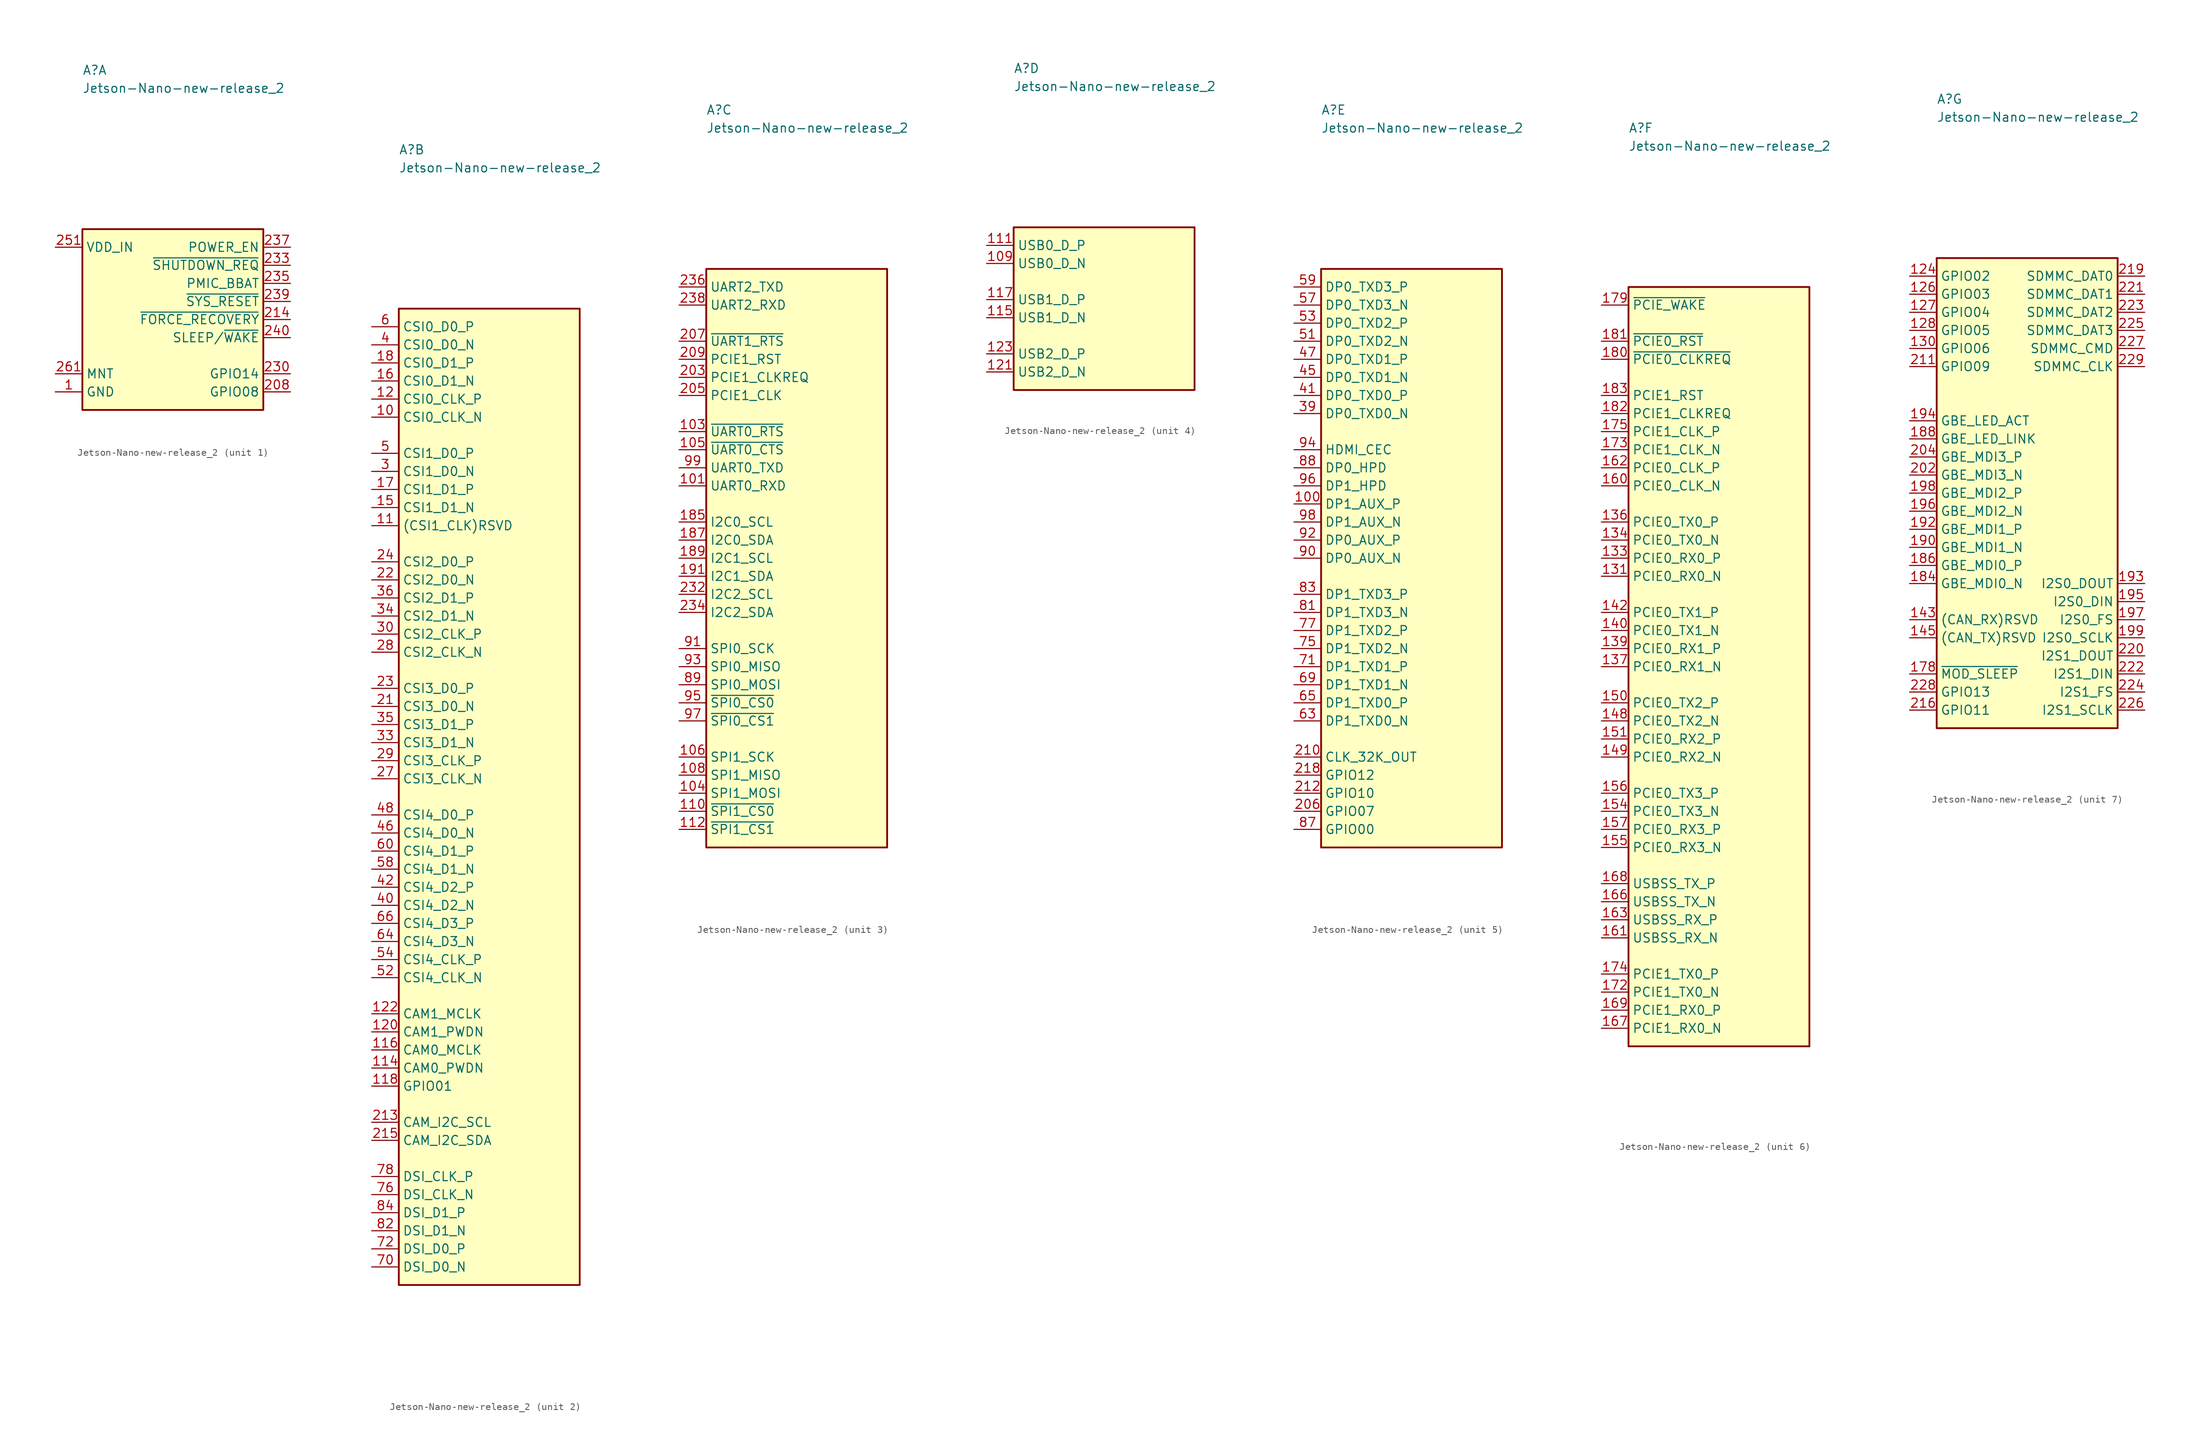
<source format=kicad_sym>
(kicad_symbol_lib
  (version 20231120)
  (generator "kicad_symbol_editor")
  (generator_version "8.0")
  (symbol "Jetson-Nano-new-release_2"
    (property "Reference" "A"
      (at 3.81 24.13 0)
      (effects (font (size 1.27 1.27) (thickness 0.15)) (justify left bottom)))
    (property "Value" "Jetson-Nano-new-release_2"
      (at 3.81 21.59 0)
      (effects (font (size 1.27 1.27) (thickness 0.15)) (justify left bottom)))
    (property "ki_locked" ""
      (at 0 0 0)
      (effects (font (size 1.27 1.27))))
    (symbol "Jetson-Nano-new-release_2_1_1"
      (rectangle (start 3.81 2.54) (end 29.21 -22.86) (stroke (width 0.254) (type default)) (fill (type background)))
      (pin passive line (at 0 -20.32 0) (length 3.81) (name "GND" (effects (font (size 1.27 1.27)))) (number "1" (effects (font (size 1.27 1.27)))))
      (pin passive line (at 0 -20.32 0) (length 3.81) hide (name "GND" (effects (font (size 1.27 1.27)))) (number "102" (effects (font (size 1.27 1.27)))))
      (pin passive line (at 0 -20.32 0) (length 3.81) hide (name "GND" (effects (font (size 1.27 1.27)))) (number "107" (effects (font (size 1.27 1.27)))))
      (pin passive line (at 0 -20.32 0) (length 3.81) hide (name "GND" (effects (font (size 1.27 1.27)))) (number "113" (effects (font (size 1.27 1.27)))))
      (pin passive line (at 0 -20.32 0) (length 3.81) hide (name "GND" (effects (font (size 1.27 1.27)))) (number "119" (effects (font (size 1.27 1.27)))))
      (pin passive line (at 0 -20.32 0) (length 3.81) hide (name "GND" (effects (font (size 1.27 1.27)))) (number "125" (effects (font (size 1.27 1.27)))))
      (pin passive line (at 0 -20.32 0) (length 3.81) hide (name "GND" (effects (font (size 1.27 1.27)))) (number "129" (effects (font (size 1.27 1.27)))))
      (pin passive line (at 0 -20.32 0) (length 3.81) hide (name "GND" (effects (font (size 1.27 1.27)))) (number "13" (effects (font (size 1.27 1.27)))))
      (pin passive line (at 0 -20.32 0) (length 3.81) hide (name "GND" (effects (font (size 1.27 1.27)))) (number "132" (effects (font (size 1.27 1.27)))))
      (pin passive line (at 0 -20.32 0) (length 3.81) hide (name "GND" (effects (font (size 1.27 1.27)))) (number "135" (effects (font (size 1.27 1.27)))))
      (pin passive line (at 0 -20.32 0) (length 3.81) hide (name "GND" (effects (font (size 1.27 1.27)))) (number "138" (effects (font (size 1.27 1.27)))))
      (pin passive line (at 0 -20.32 0) (length 3.81) hide (name "GND" (effects (font (size 1.27 1.27)))) (number "14" (effects (font (size 1.27 1.27)))))
      (pin passive line (at 0 -20.32 0) (length 3.81) hide (name "GND" (effects (font (size 1.27 1.27)))) (number "141" (effects (font (size 1.27 1.27)))))
      (pin passive line (at 0 -20.32 0) (length 3.81) hide (name "GND" (effects (font (size 1.27 1.27)))) (number "144" (effects (font (size 1.27 1.27)))))
      (pin passive line (at 0 -20.32 0) (length 3.81) hide (name "GND" (effects (font (size 1.27 1.27)))) (number "146" (effects (font (size 1.27 1.27)))))
      (pin passive line (at 0 -20.32 0) (length 3.81) hide (name "GND" (effects (font (size 1.27 1.27)))) (number "147" (effects (font (size 1.27 1.27)))))
      (pin passive line (at 0 -20.32 0) (length 3.81) hide (name "GND" (effects (font (size 1.27 1.27)))) (number "152" (effects (font (size 1.27 1.27)))))
      (pin passive line (at 0 -20.32 0) (length 3.81) hide (name "GND" (effects (font (size 1.27 1.27)))) (number "153" (effects (font (size 1.27 1.27)))))
      (pin passive line (at 0 -20.32 0) (length 3.81) hide (name "GND" (effects (font (size 1.27 1.27)))) (number "158" (effects (font (size 1.27 1.27)))))
      (pin passive line (at 0 -20.32 0) (length 3.81) hide (name "GND" (effects (font (size 1.27 1.27)))) (number "159" (effects (font (size 1.27 1.27)))))
      (pin passive line (at 0 -20.32 0) (length 3.81) hide (name "GND" (effects (font (size 1.27 1.27)))) (number "164" (effects (font (size 1.27 1.27)))))
      (pin passive line (at 0 -20.32 0) (length 3.81) hide (name "GND" (effects (font (size 1.27 1.27)))) (number "165" (effects (font (size 1.27 1.27)))))
      (pin passive line (at 0 -20.32 0) (length 3.81) hide (name "GND" (effects (font (size 1.27 1.27)))) (number "170" (effects (font (size 1.27 1.27)))))
      (pin passive line (at 0 -20.32 0) (length 3.81) hide (name "GND" (effects (font (size 1.27 1.27)))) (number "171" (effects (font (size 1.27 1.27)))))
      (pin passive line (at 0 -20.32 0) (length 3.81) hide (name "GND" (effects (font (size 1.27 1.27)))) (number "176" (effects (font (size 1.27 1.27)))))
      (pin passive line (at 0 -20.32 0) (length 3.81) hide (name "GND" (effects (font (size 1.27 1.27)))) (number "177" (effects (font (size 1.27 1.27)))))
      (pin passive line (at 0 -20.32 0) (length 3.81) hide (name "GND" (effects (font (size 1.27 1.27)))) (number "19" (effects (font (size 1.27 1.27)))))
      (pin passive line (at 0 -20.32 0) (length 3.81) hide (name "GND" (effects (font (size 1.27 1.27)))) (number "2" (effects (font (size 1.27 1.27)))))
      (pin passive line (at 0 -20.32 0) (length 3.81) hide (name "GND" (effects (font (size 1.27 1.27)))) (number "20" (effects (font (size 1.27 1.27)))))
      (pin passive line (at 0 -20.32 0) (length 3.81) hide (name "GND" (effects (font (size 1.27 1.27)))) (number "200" (effects (font (size 1.27 1.27)))))
      (pin passive line (at 0 -20.32 0) (length 3.81) hide (name "GND" (effects (font (size 1.27 1.27)))) (number "201" (effects (font (size 1.27 1.27)))))
      (pin passive line (at 33.02 -20.32 180) (length 3.81) (name "GPIO08" (effects (font (size 1.27 1.27)))) (number "208" (effects (font (size 1.27 1.27)))))
      (pin passive line (at 33.02 -10.16 180) (length 3.81) (name "~{FORCE_RECOVERY}" (effects (font (size 1.27 1.27)))) (number "214" (effects (font (size 1.27 1.27)))))
      (pin passive line (at 0 -20.32 0) (length 3.81) hide (name "GND" (effects (font (size 1.27 1.27)))) (number "217" (effects (font (size 1.27 1.27)))))
      (pin passive line (at 33.02 -17.78 180) (length 3.81) (name "GPIO14" (effects (font (size 1.27 1.27)))) (number "230" (effects (font (size 1.27 1.27)))))
      (pin passive line (at 0 -20.32 0) (length 3.81) hide (name "GND" (effects (font (size 1.27 1.27)))) (number "231" (effects (font (size 1.27 1.27)))))
      (pin passive line (at 33.02 -2.54 180) (length 3.81) (name "~{SHUTDOWN_REQ}" (effects (font (size 1.27 1.27)))) (number "233" (effects (font (size 1.27 1.27)))))
      (pin passive line (at 33.02 -5.08 180) (length 3.81) (name "PMIC_BBAT" (effects (font (size 1.27 1.27)))) (number "235" (effects (font (size 1.27 1.27)))))
      (pin passive line (at 33.02 0 180) (length 3.81) (name "POWER_EN" (effects (font (size 1.27 1.27)))) (number "237" (effects (font (size 1.27 1.27)))))
      (pin passive line (at 33.02 -7.62 180) (length 3.81) (name "~{SYS_RESET}" (effects (font (size 1.27 1.27)))) (number "239" (effects (font (size 1.27 1.27)))))
      (pin passive line (at 33.02 -12.7 180) (length 3.81) (name "SLEEP/~{WAKE}" (effects (font (size 1.27 1.27)))) (number "240" (effects (font (size 1.27 1.27)))))
      (pin passive line (at 0 -20.32 0) (length 3.81) hide (name "GND" (effects (font (size 1.27 1.27)))) (number "241" (effects (font (size 1.27 1.27)))))
      (pin passive line (at 0 -20.32 0) (length 3.81) hide (name "GND" (effects (font (size 1.27 1.27)))) (number "242" (effects (font (size 1.27 1.27)))))
      (pin passive line (at 0 -20.32 0) (length 3.81) hide (name "GND" (effects (font (size 1.27 1.27)))) (number "243" (effects (font (size 1.27 1.27)))))
      (pin passive line (at 0 -20.32 0) (length 3.81) hide (name "GND" (effects (font (size 1.27 1.27)))) (number "244" (effects (font (size 1.27 1.27)))))
      (pin passive line (at 0 -20.32 0) (length 3.81) hide (name "GND" (effects (font (size 1.27 1.27)))) (number "245" (effects (font (size 1.27 1.27)))))
      (pin passive line (at 0 -20.32 0) (length 3.81) hide (name "GND" (effects (font (size 1.27 1.27)))) (number "246" (effects (font (size 1.27 1.27)))))
      (pin passive line (at 0 -20.32 0) (length 3.81) hide (name "GND" (effects (font (size 1.27 1.27)))) (number "247" (effects (font (size 1.27 1.27)))))
      (pin passive line (at 0 -20.32 0) (length 3.81) hide (name "GND" (effects (font (size 1.27 1.27)))) (number "248" (effects (font (size 1.27 1.27)))))
      (pin passive line (at 0 -20.32 0) (length 3.81) hide (name "GND" (effects (font (size 1.27 1.27)))) (number "249" (effects (font (size 1.27 1.27)))))
      (pin passive line (at 0 -20.32 0) (length 3.81) hide (name "GND" (effects (font (size 1.27 1.27)))) (number "25" (effects (font (size 1.27 1.27)))))
      (pin passive line (at 0 -20.32 0) (length 3.81) hide (name "GND" (effects (font (size 1.27 1.27)))) (number "250" (effects (font (size 1.27 1.27)))))
      (pin passive line (at 0 0 0) (length 3.81) (name "VDD_IN" (effects (font (size 1.27 1.27)))) (number "251" (effects (font (size 1.27 1.27)))))
      (pin passive line (at 0 0 0) (length 3.81) hide (name "VDD_IN" (effects (font (size 1.27 1.27)))) (number "252" (effects (font (size 1.27 1.27)))))
      (pin passive line (at 0 0 0) (length 3.81) hide (name "VDD_IN" (effects (font (size 1.27 1.27)))) (number "253" (effects (font (size 1.27 1.27)))))
      (pin passive line (at 0 0 0) (length 3.81) hide (name "VDD_IN" (effects (font (size 1.27 1.27)))) (number "254" (effects (font (size 1.27 1.27)))))
      (pin passive line (at 0 0 0) (length 3.81) hide (name "VDD_IN" (effects (font (size 1.27 1.27)))) (number "255" (effects (font (size 1.27 1.27)))))
      (pin passive line (at 0 0 0) (length 3.81) hide (name "VDD_IN" (effects (font (size 1.27 1.27)))) (number "256" (effects (font (size 1.27 1.27)))))
      (pin passive line (at 0 0 0) (length 3.81) hide (name "VDD_IN" (effects (font (size 1.27 1.27)))) (number "257" (effects (font (size 1.27 1.27)))))
      (pin passive line (at 0 0 0) (length 3.81) hide (name "VDD_IN" (effects (font (size 1.27 1.27)))) (number "258" (effects (font (size 1.27 1.27)))))
      (pin passive line (at 0 0 0) (length 3.81) hide (name "VDD_IN" (effects (font (size 1.27 1.27)))) (number "259" (effects (font (size 1.27 1.27)))))
      (pin passive line (at 0 -20.32 0) (length 3.81) hide (name "GND" (effects (font (size 1.27 1.27)))) (number "26" (effects (font (size 1.27 1.27)))))
      (pin passive line (at 0 0 0) (length 3.81) hide (name "VDD_IN" (effects (font (size 1.27 1.27)))) (number "260" (effects (font (size 1.27 1.27)))))
      (pin passive line (at 0 -17.78 0) (length 3.81) (name "MNT" (effects (font (size 1.27 1.27)))) (number "261" (effects (font (size 1.27 1.27)))))
      (pin passive line (at 0 -17.78 0) (length 3.81) hide (name "MNT" (effects (font (size 1.27 1.27)))) (number "262" (effects (font (size 1.27 1.27)))))
      (pin passive line (at 0 -20.32 0) (length 3.81) hide (name "GND" (effects (font (size 1.27 1.27)))) (number "31" (effects (font (size 1.27 1.27)))))
      (pin passive line (at 0 -20.32 0) (length 3.81) hide (name "GND" (effects (font (size 1.27 1.27)))) (number "32" (effects (font (size 1.27 1.27)))))
      (pin passive line (at 0 -20.32 0) (length 3.81) hide (name "GND" (effects (font (size 1.27 1.27)))) (number "37" (effects (font (size 1.27 1.27)))))
      (pin passive line (at 0 -20.32 0) (length 3.81) hide (name "GND" (effects (font (size 1.27 1.27)))) (number "38" (effects (font (size 1.27 1.27)))))
      (pin passive line (at 0 -20.32 0) (length 3.81) hide (name "GND" (effects (font (size 1.27 1.27)))) (number "43" (effects (font (size 1.27 1.27)))))
      (pin passive line (at 0 -20.32 0) (length 3.81) hide (name "GND" (effects (font (size 1.27 1.27)))) (number "44" (effects (font (size 1.27 1.27)))))
      (pin passive line (at 0 -20.32 0) (length 3.81) hide (name "GND" (effects (font (size 1.27 1.27)))) (number "49" (effects (font (size 1.27 1.27)))))
      (pin passive line (at 0 -20.32 0) (length 3.81) hide (name "GND" (effects (font (size 1.27 1.27)))) (number "50" (effects (font (size 1.27 1.27)))))
      (pin passive line (at 0 -20.32 0) (length 3.81) hide (name "GND" (effects (font (size 1.27 1.27)))) (number "55" (effects (font (size 1.27 1.27)))))
      (pin passive line (at 0 -20.32 0) (length 3.81) hide (name "GND" (effects (font (size 1.27 1.27)))) (number "56" (effects (font (size 1.27 1.27)))))
      (pin passive line (at 0 -20.32 0) (length 3.81) hide (name "GND" (effects (font (size 1.27 1.27)))) (number "61" (effects (font (size 1.27 1.27)))))
      (pin passive line (at 0 -20.32 0) (length 3.81) hide (name "GND" (effects (font (size 1.27 1.27)))) (number "62" (effects (font (size 1.27 1.27)))))
      (pin passive line (at 0 -20.32 0) (length 3.81) hide (name "GND" (effects (font (size 1.27 1.27)))) (number "67" (effects (font (size 1.27 1.27)))))
      (pin passive line (at 0 -20.32 0) (length 3.81) hide (name "GND" (effects (font (size 1.27 1.27)))) (number "68" (effects (font (size 1.27 1.27)))))
      (pin passive line (at 0 -20.32 0) (length 3.81) hide (name "GND" (effects (font (size 1.27 1.27)))) (number "7" (effects (font (size 1.27 1.27)))))
      (pin passive line (at 0 -20.32 0) (length 3.81) hide (name "GND" (effects (font (size 1.27 1.27)))) (number "73" (effects (font (size 1.27 1.27)))))
      (pin passive line (at 0 -20.32 0) (length 3.81) hide (name "GND" (effects (font (size 1.27 1.27)))) (number "74" (effects (font (size 1.27 1.27)))))
      (pin passive line (at 0 -20.32 0) (length 3.81) hide (name "GND" (effects (font (size 1.27 1.27)))) (number "79" (effects (font (size 1.27 1.27)))))
      (pin passive line (at 0 -20.32 0) (length 3.81) hide (name "GND" (effects (font (size 1.27 1.27)))) (number "8" (effects (font (size 1.27 1.27)))))
      (pin passive line (at 0 -20.32 0) (length 3.81) hide (name "GND" (effects (font (size 1.27 1.27)))) (number "80" (effects (font (size 1.27 1.27)))))
      (pin passive line (at 0 -20.32 0) (length 3.81) hide (name "GND" (effects (font (size 1.27 1.27)))) (number "85" (effects (font (size 1.27 1.27)))))
      (pin passive line (at 0 -20.32 0) (length 3.81) hide (name "GND" (effects (font (size 1.27 1.27)))) (number "86" (effects (font (size 1.27 1.27))))))
    (symbol "Jetson-Nano-new-release_2_2_1"
      (rectangle (start 3.81 2.54) (end 29.21 -134.62) (stroke (width 0.254) (type default)) (fill (type background)))
      (pin passive line (at 0 -12.7 0) (length 3.81) (name "CSI0_CLK_N" (effects (font (size 1.27 1.27)))) (number "10" (effects (font (size 1.27 1.27)))))
      (pin passive line (at 0 -27.94 0) (length 3.81) (name "(CSI1_CLK)RSVD" (effects (font (size 1.27 1.27)))) (number "11" (effects (font (size 1.27 1.27)))))
      (pin passive line (at 0 -104.14 0) (length 3.81) (name "CAM0_PWDN" (effects (font (size 1.27 1.27)))) (number "114" (effects (font (size 1.27 1.27)))))
      (pin passive line (at 0 -101.6 0) (length 3.81) (name "CAM0_MCLK" (effects (font (size 1.27 1.27)))) (number "116" (effects (font (size 1.27 1.27)))))
      (pin passive line (at 0 -106.68 0) (length 3.81) (name "GPIO01" (effects (font (size 1.27 1.27)))) (number "118" (effects (font (size 1.27 1.27)))))
      (pin passive line (at 0 -10.16 0) (length 3.81) (name "CSI0_CLK_P" (effects (font (size 1.27 1.27)))) (number "12" (effects (font (size 1.27 1.27)))))
      (pin passive line (at 0 -99.06 0) (length 3.81) (name "CAM1_PWDN" (effects (font (size 1.27 1.27)))) (number "120" (effects (font (size 1.27 1.27)))))
      (pin passive line (at 0 -96.52 0) (length 3.81) (name "CAM1_MCLK" (effects (font (size 1.27 1.27)))) (number "122" (effects (font (size 1.27 1.27)))))
      (pin passive line (at 0 -25.4 0) (length 3.81) (name "CSI1_D1_N" (effects (font (size 1.27 1.27)))) (number "15" (effects (font (size 1.27 1.27)))))
      (pin passive line (at 0 -7.62 0) (length 3.81) (name "CSI0_D1_N" (effects (font (size 1.27 1.27)))) (number "16" (effects (font (size 1.27 1.27)))))
      (pin passive line (at 0 -22.86 0) (length 3.81) (name "CSI1_D1_P" (effects (font (size 1.27 1.27)))) (number "17" (effects (font (size 1.27 1.27)))))
      (pin passive line (at 0 -5.08 0) (length 3.81) (name "CSI0_D1_P" (effects (font (size 1.27 1.27)))) (number "18" (effects (font (size 1.27 1.27)))))
      (pin passive line (at 0 -53.34 0) (length 3.81) (name "CSI3_D0_N" (effects (font (size 1.27 1.27)))) (number "21" (effects (font (size 1.27 1.27)))))
      (pin passive line (at 0 -111.76 0) (length 3.81) (name "CAM_I2C_SCL" (effects (font (size 1.27 1.27)))) (number "213" (effects (font (size 1.27 1.27)))))
      (pin passive line (at 0 -114.3 0) (length 3.81) (name "CAM_I2C_SDA" (effects (font (size 1.27 1.27)))) (number "215" (effects (font (size 1.27 1.27)))))
      (pin passive line (at 0 -35.56 0) (length 3.81) (name "CSI2_D0_N" (effects (font (size 1.27 1.27)))) (number "22" (effects (font (size 1.27 1.27)))))
      (pin passive line (at 0 -50.8 0) (length 3.81) (name "CSI3_D0_P" (effects (font (size 1.27 1.27)))) (number "23" (effects (font (size 1.27 1.27)))))
      (pin passive line (at 0 -33.02 0) (length 3.81) (name "CSI2_D0_P" (effects (font (size 1.27 1.27)))) (number "24" (effects (font (size 1.27 1.27)))))
      (pin passive line (at 0 -63.5 0) (length 3.81) (name "CSI3_CLK_N" (effects (font (size 1.27 1.27)))) (number "27" (effects (font (size 1.27 1.27)))))
      (pin passive line (at 0 -45.72 0) (length 3.81) (name "CSI2_CLK_N" (effects (font (size 1.27 1.27)))) (number "28" (effects (font (size 1.27 1.27)))))
      (pin passive line (at 0 -60.96 0) (length 3.81) (name "CSI3_CLK_P" (effects (font (size 1.27 1.27)))) (number "29" (effects (font (size 1.27 1.27)))))
      (pin passive line (at 0 -20.32 0) (length 3.81) (name "CSI1_D0_N" (effects (font (size 1.27 1.27)))) (number "3" (effects (font (size 1.27 1.27)))))
      (pin passive line (at 0 -43.18 0) (length 3.81) (name "CSI2_CLK_P" (effects (font (size 1.27 1.27)))) (number "30" (effects (font (size 1.27 1.27)))))
      (pin passive line (at 0 -58.42 0) (length 3.81) (name "CSI3_D1_N" (effects (font (size 1.27 1.27)))) (number "33" (effects (font (size 1.27 1.27)))))
      (pin passive line (at 0 -40.64 0) (length 3.81) (name "CSI2_D1_N" (effects (font (size 1.27 1.27)))) (number "34" (effects (font (size 1.27 1.27)))))
      (pin passive line (at 0 -55.88 0) (length 3.81) (name "CSI3_D1_P" (effects (font (size 1.27 1.27)))) (number "35" (effects (font (size 1.27 1.27)))))
      (pin passive line (at 0 -38.1 0) (length 3.81) (name "CSI2_D1_P" (effects (font (size 1.27 1.27)))) (number "36" (effects (font (size 1.27 1.27)))))
      (pin passive line (at 0 -2.54 0) (length 3.81) (name "CSI0_D0_N" (effects (font (size 1.27 1.27)))) (number "4" (effects (font (size 1.27 1.27)))))
      (pin passive line (at 0 -81.28 0) (length 3.81) (name "CSI4_D2_N" (effects (font (size 1.27 1.27)))) (number "40" (effects (font (size 1.27 1.27)))))
      (pin passive line (at 0 -78.74 0) (length 3.81) (name "CSI4_D2_P" (effects (font (size 1.27 1.27)))) (number "42" (effects (font (size 1.27 1.27)))))
      (pin passive line (at 0 -71.12 0) (length 3.81) (name "CSI4_D0_N" (effects (font (size 1.27 1.27)))) (number "46" (effects (font (size 1.27 1.27)))))
      (pin passive line (at 0 -68.58 0) (length 3.81) (name "CSI4_D0_P" (effects (font (size 1.27 1.27)))) (number "48" (effects (font (size 1.27 1.27)))))
      (pin passive line (at 0 -17.78 0) (length 3.81) (name "CSI1_D0_P" (effects (font (size 1.27 1.27)))) (number "5" (effects (font (size 1.27 1.27)))))
      (pin passive line (at 0 -91.44 0) (length 3.81) (name "CSI4_CLK_N" (effects (font (size 1.27 1.27)))) (number "52" (effects (font (size 1.27 1.27)))))
      (pin passive line (at 0 -88.9 0) (length 3.81) (name "CSI4_CLK_P" (effects (font (size 1.27 1.27)))) (number "54" (effects (font (size 1.27 1.27)))))
      (pin passive line (at 0 -76.2 0) (length 3.81) (name "CSI4_D1_N" (effects (font (size 1.27 1.27)))) (number "58" (effects (font (size 1.27 1.27)))))
      (pin passive line (at 0 0 0) (length 3.81) (name "CSI0_D0_P" (effects (font (size 1.27 1.27)))) (number "6" (effects (font (size 1.27 1.27)))))
      (pin passive line (at 0 -73.66 0) (length 3.81) (name "CSI4_D1_P" (effects (font (size 1.27 1.27)))) (number "60" (effects (font (size 1.27 1.27)))))
      (pin passive line (at 0 -86.36 0) (length 3.81) (name "CSI4_D3_N" (effects (font (size 1.27 1.27)))) (number "64" (effects (font (size 1.27 1.27)))))
      (pin passive line (at 0 -83.82 0) (length 3.81) (name "CSI4_D3_P" (effects (font (size 1.27 1.27)))) (number "66" (effects (font (size 1.27 1.27)))))
      (pin passive line (at 0 -132.08 0) (length 3.81) (name "DSI_D0_N" (effects (font (size 1.27 1.27)))) (number "70" (effects (font (size 1.27 1.27)))))
      (pin passive line (at 0 -129.54 0) (length 3.81) (name "DSI_D0_P" (effects (font (size 1.27 1.27)))) (number "72" (effects (font (size 1.27 1.27)))))
      (pin passive line (at 0 -121.92 0) (length 3.81) (name "DSI_CLK_N" (effects (font (size 1.27 1.27)))) (number "76" (effects (font (size 1.27 1.27)))))
      (pin passive line (at 0 -119.38 0) (length 3.81) (name "DSI_CLK_P" (effects (font (size 1.27 1.27)))) (number "78" (effects (font (size 1.27 1.27)))))
      (pin passive line (at 0 -127 0) (length 3.81) (name "DSI_D1_N" (effects (font (size 1.27 1.27)))) (number "82" (effects (font (size 1.27 1.27)))))
      (pin passive line (at 0 -124.46 0) (length 3.81) (name "DSI_D1_P" (effects (font (size 1.27 1.27)))) (number "84" (effects (font (size 1.27 1.27)))))
      (pin passive line (at 0 -27.94 0) (length 3.81) hide (name "(CSI1_CLK)RSVD" (effects (font (size 1.27 1.27)))) (number "9" (effects (font (size 1.27 1.27))))))
    (symbol "Jetson-Nano-new-release_2_3_1"
      (rectangle (start 3.81 2.54) (end 29.21 -78.74) (stroke (width 0.254) (type default)) (fill (type background)))
      (pin passive line (at 0 -27.94 0) (length 3.81) (name "UART0_RXD" (effects (font (size 1.27 1.27)))) (number "101" (effects (font (size 1.27 1.27)))))
      (pin passive line (at 0 -20.32 0) (length 3.81) (name "~{UART0_RTS}" (effects (font (size 1.27 1.27)))) (number "103" (effects (font (size 1.27 1.27)))))
      (pin passive line (at 0 -71.12 0) (length 3.81) (name "SPI1_MOSI" (effects (font (size 1.27 1.27)))) (number "104" (effects (font (size 1.27 1.27)))))
      (pin passive line (at 0 -22.86 0) (length 3.81) (name "~{UART0_CTS}" (effects (font (size 1.27 1.27)))) (number "105" (effects (font (size 1.27 1.27)))))
      (pin passive line (at 0 -66.04 0) (length 3.81) (name "SPI1_SCK" (effects (font (size 1.27 1.27)))) (number "106" (effects (font (size 1.27 1.27)))))
      (pin passive line (at 0 -68.58 0) (length 3.81) (name "SPI1_MISO" (effects (font (size 1.27 1.27)))) (number "108" (effects (font (size 1.27 1.27)))))
      (pin passive line (at 0 -73.66 0) (length 3.81) (name "~{SPI1_CS0}" (effects (font (size 1.27 1.27)))) (number "110" (effects (font (size 1.27 1.27)))))
      (pin passive line (at 0 -76.2 0) (length 3.81) (name "~{SPI1_CS1}" (effects (font (size 1.27 1.27)))) (number "112" (effects (font (size 1.27 1.27)))))
      (pin passive line (at 0 -33.02 0) (length 3.81) (name "I2C0_SCL" (effects (font (size 1.27 1.27)))) (number "185" (effects (font (size 1.27 1.27)))))
      (pin passive line (at 0 -35.56 0) (length 3.81) (name "I2C0_SDA" (effects (font (size 1.27 1.27)))) (number "187" (effects (font (size 1.27 1.27)))))
      (pin passive line (at 0 -38.1 0) (length 3.81) (name "I2C1_SCL" (effects (font (size 1.27 1.27)))) (number "189" (effects (font (size 1.27 1.27)))))
      (pin passive line (at 0 -40.64 0) (length 3.81) (name "I2C1_SDA" (effects (font (size 1.27 1.27)))) (number "191" (effects (font (size 1.27 1.27)))))
      (pin passive line (at 0 -12.7 0) (length 3.81) (name "PCIE1_CLKREQ" (effects (font (size 1.27 1.27)))) (number "203" (effects (font (size 1.27 1.27)))))
      (pin passive line (at 0 -15.24 0) (length 3.81) (name "PCIE1_CLK" (effects (font (size 1.27 1.27)))) (number "205" (effects (font (size 1.27 1.27)))))
      (pin passive line (at 0 -7.62 0) (length 3.81) (name "~{UART1_RTS}" (effects (font (size 1.27 1.27)))) (number "207" (effects (font (size 1.27 1.27)))))
      (pin passive line (at 0 -10.16 0) (length 3.81) (name "PCIE1_RST" (effects (font (size 1.27 1.27)))) (number "209" (effects (font (size 1.27 1.27)))))
      (pin passive line (at 0 -43.18 0) (length 3.81) (name "I2C2_SCL" (effects (font (size 1.27 1.27)))) (number "232" (effects (font (size 1.27 1.27)))))
      (pin passive line (at 0 -45.72 0) (length 3.81) (name "I2C2_SDA" (effects (font (size 1.27 1.27)))) (number "234" (effects (font (size 1.27 1.27)))))
      (pin passive line (at 0 0 0) (length 3.81) (name "UART2_TXD" (effects (font (size 1.27 1.27)))) (number "236" (effects (font (size 1.27 1.27)))))
      (pin passive line (at 0 -2.54 0) (length 3.81) (name "UART2_RXD" (effects (font (size 1.27 1.27)))) (number "238" (effects (font (size 1.27 1.27)))))
      (pin passive line (at 0 -55.88 0) (length 3.81) (name "SPI0_MOSI" (effects (font (size 1.27 1.27)))) (number "89" (effects (font (size 1.27 1.27)))))
      (pin passive line (at 0 -50.8 0) (length 3.81) (name "SPI0_SCK" (effects (font (size 1.27 1.27)))) (number "91" (effects (font (size 1.27 1.27)))))
      (pin passive line (at 0 -53.34 0) (length 3.81) (name "SPI0_MISO" (effects (font (size 1.27 1.27)))) (number "93" (effects (font (size 1.27 1.27)))))
      (pin passive line (at 0 -58.42 0) (length 3.81) (name "~{SPI0_CS0}" (effects (font (size 1.27 1.27)))) (number "95" (effects (font (size 1.27 1.27)))))
      (pin passive line (at 0 -60.96 0) (length 3.81) (name "~{SPI0_CS1}" (effects (font (size 1.27 1.27)))) (number "97" (effects (font (size 1.27 1.27)))))
      (pin passive line (at 0 -25.4 0) (length 3.81) (name "UART0_TXD" (effects (font (size 1.27 1.27)))) (number "99" (effects (font (size 1.27 1.27))))))
    (symbol "Jetson-Nano-new-release_2_4_1"
      (rectangle (start 3.81 2.54) (end 29.21 -20.32) (stroke (width 0.254) (type default)) (fill (type background)))
      (pin passive line (at 0 -2.54 0) (length 3.81) (name "USB0_D_N" (effects (font (size 1.27 1.27)))) (number "109" (effects (font (size 1.27 1.27)))))
      (pin passive line (at 0 0 0) (length 3.81) (name "USB0_D_P" (effects (font (size 1.27 1.27)))) (number "111" (effects (font (size 1.27 1.27)))))
      (pin passive line (at 0 -10.16 0) (length 3.81) (name "USB1_D_N" (effects (font (size 1.27 1.27)))) (number "115" (effects (font (size 1.27 1.27)))))
      (pin passive line (at 0 -7.62 0) (length 3.81) (name "USB1_D_P" (effects (font (size 1.27 1.27)))) (number "117" (effects (font (size 1.27 1.27)))))
      (pin passive line (at 0 -17.78 0) (length 3.81) (name "USB2_D_N" (effects (font (size 1.27 1.27)))) (number "121" (effects (font (size 1.27 1.27)))))
      (pin passive line (at 0 -15.24 0) (length 3.81) (name "USB2_D_P" (effects (font (size 1.27 1.27)))) (number "123" (effects (font (size 1.27 1.27))))))
    (symbol "Jetson-Nano-new-release_2_5_1"
      (rectangle (start 3.81 2.54) (end 29.21 -78.74) (stroke (width 0.254) (type default)) (fill (type background)))
      (pin passive line (at 0 -30.48 0) (length 3.81) (name "DP1_AUX_P" (effects (font (size 1.27 1.27)))) (number "100" (effects (font (size 1.27 1.27)))))
      (pin passive line (at 0 -73.66 0) (length 3.81) (name "GPIO07" (effects (font (size 1.27 1.27)))) (number "206" (effects (font (size 1.27 1.27)))))
      (pin passive line (at 0 -66.04 0) (length 3.81) (name "CLK_32K_OUT" (effects (font (size 1.27 1.27)))) (number "210" (effects (font (size 1.27 1.27)))))
      (pin passive line (at 0 -71.12 0) (length 3.81) (name "GPIO10" (effects (font (size 1.27 1.27)))) (number "212" (effects (font (size 1.27 1.27)))))
      (pin passive line (at 0 -68.58 0) (length 3.81) (name "GPIO12" (effects (font (size 1.27 1.27)))) (number "218" (effects (font (size 1.27 1.27)))))
      (pin passive line (at 0 -17.78 0) (length 3.81) (name "DP0_TXD0_N" (effects (font (size 1.27 1.27)))) (number "39" (effects (font (size 1.27 1.27)))))
      (pin passive line (at 0 -15.24 0) (length 3.81) (name "DP0_TXD0_P" (effects (font (size 1.27 1.27)))) (number "41" (effects (font (size 1.27 1.27)))))
      (pin passive line (at 0 -12.7 0) (length 3.81) (name "DP0_TXD1_N" (effects (font (size 1.27 1.27)))) (number "45" (effects (font (size 1.27 1.27)))))
      (pin passive line (at 0 -10.16 0) (length 3.81) (name "DP0_TXD1_P" (effects (font (size 1.27 1.27)))) (number "47" (effects (font (size 1.27 1.27)))))
      (pin passive line (at 0 -7.62 0) (length 3.81) (name "DP0_TXD2_N" (effects (font (size 1.27 1.27)))) (number "51" (effects (font (size 1.27 1.27)))))
      (pin passive line (at 0 -5.08 0) (length 3.81) (name "DP0_TXD2_P" (effects (font (size 1.27 1.27)))) (number "53" (effects (font (size 1.27 1.27)))))
      (pin passive line (at 0 -2.54 0) (length 3.81) (name "DP0_TXD3_N" (effects (font (size 1.27 1.27)))) (number "57" (effects (font (size 1.27 1.27)))))
      (pin passive line (at 0 0 0) (length 3.81) (name "DP0_TXD3_P" (effects (font (size 1.27 1.27)))) (number "59" (effects (font (size 1.27 1.27)))))
      (pin passive line (at 0 -60.96 0) (length 3.81) (name "DP1_TXD0_N" (effects (font (size 1.27 1.27)))) (number "63" (effects (font (size 1.27 1.27)))))
      (pin passive line (at 0 -58.42 0) (length 3.81) (name "DP1_TXD0_P" (effects (font (size 1.27 1.27)))) (number "65" (effects (font (size 1.27 1.27)))))
      (pin passive line (at 0 -55.88 0) (length 3.81) (name "DP1_TXD1_N" (effects (font (size 1.27 1.27)))) (number "69" (effects (font (size 1.27 1.27)))))
      (pin passive line (at 0 -53.34 0) (length 3.81) (name "DP1_TXD1_P" (effects (font (size 1.27 1.27)))) (number "71" (effects (font (size 1.27 1.27)))))
      (pin passive line (at 0 -50.8 0) (length 3.81) (name "DP1_TXD2_N" (effects (font (size 1.27 1.27)))) (number "75" (effects (font (size 1.27 1.27)))))
      (pin passive line (at 0 -48.26 0) (length 3.81) (name "DP1_TXD2_P" (effects (font (size 1.27 1.27)))) (number "77" (effects (font (size 1.27 1.27)))))
      (pin passive line (at 0 -45.72 0) (length 3.81) (name "DP1_TXD3_N" (effects (font (size 1.27 1.27)))) (number "81" (effects (font (size 1.27 1.27)))))
      (pin passive line (at 0 -43.18 0) (length 3.81) (name "DP1_TXD3_P" (effects (font (size 1.27 1.27)))) (number "83" (effects (font (size 1.27 1.27)))))
      (pin passive line (at 0 -76.2 0) (length 3.81) (name "GPIO00" (effects (font (size 1.27 1.27)))) (number "87" (effects (font (size 1.27 1.27)))))
      (pin passive line (at 0 -25.4 0) (length 3.81) (name "DP0_HPD" (effects (font (size 1.27 1.27)))) (number "88" (effects (font (size 1.27 1.27)))))
      (pin passive line (at 0 -38.1 0) (length 3.81) (name "DP0_AUX_N" (effects (font (size 1.27 1.27)))) (number "90" (effects (font (size 1.27 1.27)))))
      (pin passive line (at 0 -35.56 0) (length 3.81) (name "DP0_AUX_P" (effects (font (size 1.27 1.27)))) (number "92" (effects (font (size 1.27 1.27)))))
      (pin passive line (at 0 -22.86 0) (length 3.81) (name "HDMI_CEC" (effects (font (size 1.27 1.27)))) (number "94" (effects (font (size 1.27 1.27)))))
      (pin passive line (at 0 -27.94 0) (length 3.81) (name "DP1_HPD" (effects (font (size 1.27 1.27)))) (number "96" (effects (font (size 1.27 1.27)))))
      (pin passive line (at 0 -33.02 0) (length 3.81) (name "DP1_AUX_N" (effects (font (size 1.27 1.27)))) (number "98" (effects (font (size 1.27 1.27))))))
    (symbol "Jetson-Nano-new-release_2_6_1"
      (rectangle (start 3.81 2.54) (end 29.21 -104.14) (stroke (width 0.254) (type default)) (fill (type background)))
      (pin passive line (at 0 -38.1 0) (length 3.81) (name "PCIE0_RX0_N" (effects (font (size 1.27 1.27)))) (number "131" (effects (font (size 1.27 1.27)))))
      (pin passive line (at 0 -35.56 0) (length 3.81) (name "PCIE0_RX0_P" (effects (font (size 1.27 1.27)))) (number "133" (effects (font (size 1.27 1.27)))))
      (pin passive line (at 0 -33.02 0) (length 3.81) (name "PCIE0_TX0_N" (effects (font (size 1.27 1.27)))) (number "134" (effects (font (size 1.27 1.27)))))
      (pin passive line (at 0 -30.48 0) (length 3.81) (name "PCIE0_TX0_P" (effects (font (size 1.27 1.27)))) (number "136" (effects (font (size 1.27 1.27)))))
      (pin passive line (at 0 -50.8 0) (length 3.81) (name "PCIE0_RX1_N" (effects (font (size 1.27 1.27)))) (number "137" (effects (font (size 1.27 1.27)))))
      (pin passive line (at 0 -48.26 0) (length 3.81) (name "PCIE0_RX1_P" (effects (font (size 1.27 1.27)))) (number "139" (effects (font (size 1.27 1.27)))))
      (pin passive line (at 0 -45.72 0) (length 3.81) (name "PCIE0_TX1_N" (effects (font (size 1.27 1.27)))) (number "140" (effects (font (size 1.27 1.27)))))
      (pin passive line (at 0 -43.18 0) (length 3.81) (name "PCIE0_TX1_P" (effects (font (size 1.27 1.27)))) (number "142" (effects (font (size 1.27 1.27)))))
      (pin passive line (at 0 -58.42 0) (length 3.81) (name "PCIE0_TX2_N" (effects (font (size 1.27 1.27)))) (number "148" (effects (font (size 1.27 1.27)))))
      (pin passive line (at 0 -63.5 0) (length 3.81) (name "PCIE0_RX2_N" (effects (font (size 1.27 1.27)))) (number "149" (effects (font (size 1.27 1.27)))))
      (pin passive line (at 0 -55.88 0) (length 3.81) (name "PCIE0_TX2_P" (effects (font (size 1.27 1.27)))) (number "150" (effects (font (size 1.27 1.27)))))
      (pin passive line (at 0 -60.96 0) (length 3.81) (name "PCIE0_RX2_P" (effects (font (size 1.27 1.27)))) (number "151" (effects (font (size 1.27 1.27)))))
      (pin passive line (at 0 -71.12 0) (length 3.81) (name "PCIE0_TX3_N" (effects (font (size 1.27 1.27)))) (number "154" (effects (font (size 1.27 1.27)))))
      (pin passive line (at 0 -76.2 0) (length 3.81) (name "PCIE0_RX3_N" (effects (font (size 1.27 1.27)))) (number "155" (effects (font (size 1.27 1.27)))))
      (pin passive line (at 0 -68.58 0) (length 3.81) (name "PCIE0_TX3_P" (effects (font (size 1.27 1.27)))) (number "156" (effects (font (size 1.27 1.27)))))
      (pin passive line (at 0 -73.66 0) (length 3.81) (name "PCIE0_RX3_P" (effects (font (size 1.27 1.27)))) (number "157" (effects (font (size 1.27 1.27)))))
      (pin passive line (at 0 -25.4 0) (length 3.81) (name "PCIE0_CLK_N" (effects (font (size 1.27 1.27)))) (number "160" (effects (font (size 1.27 1.27)))))
      (pin passive line (at 0 -88.9 0) (length 3.81) (name "USBSS_RX_N" (effects (font (size 1.27 1.27)))) (number "161" (effects (font (size 1.27 1.27)))))
      (pin passive line (at 0 -22.86 0) (length 3.81) (name "PCIE0_CLK_P" (effects (font (size 1.27 1.27)))) (number "162" (effects (font (size 1.27 1.27)))))
      (pin passive line (at 0 -86.36 0) (length 3.81) (name "USBSS_RX_P" (effects (font (size 1.27 1.27)))) (number "163" (effects (font (size 1.27 1.27)))))
      (pin passive line (at 0 -83.82 0) (length 3.81) (name "USBSS_TX_N" (effects (font (size 1.27 1.27)))) (number "166" (effects (font (size 1.27 1.27)))))
      (pin passive line (at 0 -101.6 0) (length 3.81) (name "PCIE1_RX0_N" (effects (font (size 1.27 1.27)))) (number "167" (effects (font (size 1.27 1.27)))))
      (pin passive line (at 0 -81.28 0) (length 3.81) (name "USBSS_TX_P" (effects (font (size 1.27 1.27)))) (number "168" (effects (font (size 1.27 1.27)))))
      (pin passive line (at 0 -99.06 0) (length 3.81) (name "PCIE1_RX0_P" (effects (font (size 1.27 1.27)))) (number "169" (effects (font (size 1.27 1.27)))))
      (pin passive line (at 0 -96.52 0) (length 3.81) (name "PCIE1_TX0_N" (effects (font (size 1.27 1.27)))) (number "172" (effects (font (size 1.27 1.27)))))
      (pin passive line (at 0 -20.32 0) (length 3.81) (name "PCIE1_CLK_N" (effects (font (size 1.27 1.27)))) (number "173" (effects (font (size 1.27 1.27)))))
      (pin passive line (at 0 -93.98 0) (length 3.81) (name "PCIE1_TX0_P" (effects (font (size 1.27 1.27)))) (number "174" (effects (font (size 1.27 1.27)))))
      (pin passive line (at 0 -17.78 0) (length 3.81) (name "PCIE1_CLK_P" (effects (font (size 1.27 1.27)))) (number "175" (effects (font (size 1.27 1.27)))))
      (pin passive line (at 0 0 0) (length 3.81) (name "~{PCIE_WAKE}" (effects (font (size 1.27 1.27)))) (number "179" (effects (font (size 1.27 1.27)))))
      (pin passive line (at 0 -7.62 0) (length 3.81) (name "~{PCIE0_CLKREQ}" (effects (font (size 1.27 1.27)))) (number "180" (effects (font (size 1.27 1.27)))))
      (pin passive line (at 0 -5.08 0) (length 3.81) (name "~{PCIE0_RST}" (effects (font (size 1.27 1.27)))) (number "181" (effects (font (size 1.27 1.27)))))
      (pin passive line (at 0 -15.24 0) (length 3.81) (name "PCIE1_CLKREQ" (effects (font (size 1.27 1.27)))) (number "182" (effects (font (size 1.27 1.27)))))
      (pin passive line (at 0 -12.7 0) (length 3.81) (name "PCIE1_RST" (effects (font (size 1.27 1.27)))) (number "183" (effects (font (size 1.27 1.27))))))
    (symbol "Jetson-Nano-new-release_2_7_1"
      (rectangle (start 3.81 2.54) (end 29.21 -63.5) (stroke (width 0.254) (type default)) (fill (type background)))
      (pin passive line (at 0 0 0) (length 3.81) (name "GPIO02" (effects (font (size 1.27 1.27)))) (number "124" (effects (font (size 1.27 1.27)))))
      (pin passive line (at 0 -2.54 0) (length 3.81) (name "GPIO03" (effects (font (size 1.27 1.27)))) (number "126" (effects (font (size 1.27 1.27)))))
      (pin passive line (at 0 -5.08 0) (length 3.81) (name "GPIO04" (effects (font (size 1.27 1.27)))) (number "127" (effects (font (size 1.27 1.27)))))
      (pin passive line (at 0 -7.62 0) (length 3.81) (name "GPIO05" (effects (font (size 1.27 1.27)))) (number "128" (effects (font (size 1.27 1.27)))))
      (pin passive line (at 0 -10.16 0) (length 3.81) (name "GPIO06" (effects (font (size 1.27 1.27)))) (number "130" (effects (font (size 1.27 1.27)))))
      (pin passive line (at 0 -48.26 0) (length 3.81) (name "(CAN_RX)RSVD" (effects (font (size 1.27 1.27)))) (number "143" (effects (font (size 1.27 1.27)))))
      (pin passive line (at 0 -50.8 0) (length 3.81) (name "(CAN_TX)RSVD" (effects (font (size 1.27 1.27)))) (number "145" (effects (font (size 1.27 1.27)))))
      (pin passive line (at 0 -55.88 0) (length 3.81) (name "~{MOD_SLEEP}" (effects (font (size 1.27 1.27)))) (number "178" (effects (font (size 1.27 1.27)))))
      (pin passive line (at 0 -43.18 0) (length 3.81) (name "GBE_MDI0_N" (effects (font (size 1.27 1.27)))) (number "184" (effects (font (size 1.27 1.27)))))
      (pin passive line (at 0 -40.64 0) (length 3.81) (name "GBE_MDI0_P" (effects (font (size 1.27 1.27)))) (number "186" (effects (font (size 1.27 1.27)))))
      (pin passive line (at 0 -22.86 0) (length 3.81) (name "GBE_LED_LINK" (effects (font (size 1.27 1.27)))) (number "188" (effects (font (size 1.27 1.27)))))
      (pin passive line (at 0 -38.1 0) (length 3.81) (name "GBE_MDI1_N" (effects (font (size 1.27 1.27)))) (number "190" (effects (font (size 1.27 1.27)))))
      (pin passive line (at 0 -35.56 0) (length 3.81) (name "GBE_MDI1_P" (effects (font (size 1.27 1.27)))) (number "192" (effects (font (size 1.27 1.27)))))
      (pin output line (at 33.02 -43.18 180) (length 3.81) (name "I2S0_DOUT" (effects (font (size 1.27 1.27)))) (number "193" (effects (font (size 1.27 1.27)))))
      (pin passive line (at 0 -20.32 0) (length 3.81) (name "GBE_LED_ACT" (effects (font (size 1.27 1.27)))) (number "194" (effects (font (size 1.27 1.27)))))
      (pin input line (at 33.02 -45.72 180) (length 3.81) (name "I2S0_DIN" (effects (font (size 1.27 1.27)))) (number "195" (effects (font (size 1.27 1.27)))))
      (pin passive line (at 0 -33.02 0) (length 3.81) (name "GBE_MDI2_N" (effects (font (size 1.27 1.27)))) (number "196" (effects (font (size 1.27 1.27)))))
      (pin bidirectional line (at 33.02 -48.26 180) (length 3.81) (name "I2S0_FS" (effects (font (size 1.27 1.27)))) (number "197" (effects (font (size 1.27 1.27)))))
      (pin passive line (at 0 -30.48 0) (length 3.81) (name "GBE_MDI2_P" (effects (font (size 1.27 1.27)))) (number "198" (effects (font (size 1.27 1.27)))))
      (pin bidirectional line (at 33.02 -50.8 180) (length 3.81) (name "I2S0_SCLK" (effects (font (size 1.27 1.27)))) (number "199" (effects (font (size 1.27 1.27)))))
      (pin passive line (at 0 -27.94 0) (length 3.81) (name "GBE_MDI3_N" (effects (font (size 1.27 1.27)))) (number "202" (effects (font (size 1.27 1.27)))))
      (pin passive line (at 0 -25.4 0) (length 3.81) (name "GBE_MDI3_P" (effects (font (size 1.27 1.27)))) (number "204" (effects (font (size 1.27 1.27)))))
      (pin passive line (at 0 -12.7 0) (length 3.81) (name "GPIO09" (effects (font (size 1.27 1.27)))) (number "211" (effects (font (size 1.27 1.27)))))
      (pin passive line (at 0 -60.96 0) (length 3.81) (name "GPIO11" (effects (font (size 1.27 1.27)))) (number "216" (effects (font (size 1.27 1.27)))))
      (pin bidirectional line (at 33.02 0 180) (length 3.81) (name "SDMMC_DAT0" (effects (font (size 1.27 1.27)))) (number "219" (effects (font (size 1.27 1.27)))))
      (pin output line (at 33.02 -53.34 180) (length 3.81) (name "I2S1_DOUT" (effects (font (size 1.27 1.27)))) (number "220" (effects (font (size 1.27 1.27)))))
      (pin bidirectional line (at 33.02 -2.54 180) (length 3.81) (name "SDMMC_DAT1" (effects (font (size 1.27 1.27)))) (number "221" (effects (font (size 1.27 1.27)))))
      (pin input line (at 33.02 -55.88 180) (length 3.81) (name "I2S1_DIN" (effects (font (size 1.27 1.27)))) (number "222" (effects (font (size 1.27 1.27)))))
      (pin bidirectional line (at 33.02 -5.08 180) (length 3.81) (name "SDMMC_DAT2" (effects (font (size 1.27 1.27)))) (number "223" (effects (font (size 1.27 1.27)))))
      (pin bidirectional line (at 33.02 -58.42 180) (length 3.81) (name "I2S1_FS" (effects (font (size 1.27 1.27)))) (number "224" (effects (font (size 1.27 1.27)))))
      (pin bidirectional line (at 33.02 -7.62 180) (length 3.81) (name "SDMMC_DAT3" (effects (font (size 1.27 1.27)))) (number "225" (effects (font (size 1.27 1.27)))))
      (pin bidirectional line (at 33.02 -60.96 180) (length 3.81) (name "I2S1_SCLK" (effects (font (size 1.27 1.27)))) (number "226" (effects (font (size 1.27 1.27)))))
      (pin bidirectional line (at 33.02 -10.16 180) (length 3.81) (name "SDMMC_CMD" (effects (font (size 1.27 1.27)))) (number "227" (effects (font (size 1.27 1.27)))))
      (pin passive line (at 0 -58.42 0) (length 3.81) (name "GPIO13" (effects (font (size 1.27 1.27)))) (number "228" (effects (font (size 1.27 1.27)))))
      (pin output line (at 33.02 -12.7 180) (length 3.81) (name "SDMMC_CLK" (effects (font (size 1.27 1.27)))) (number "229" (effects (font (size 1.27 1.27))))))))
</source>
